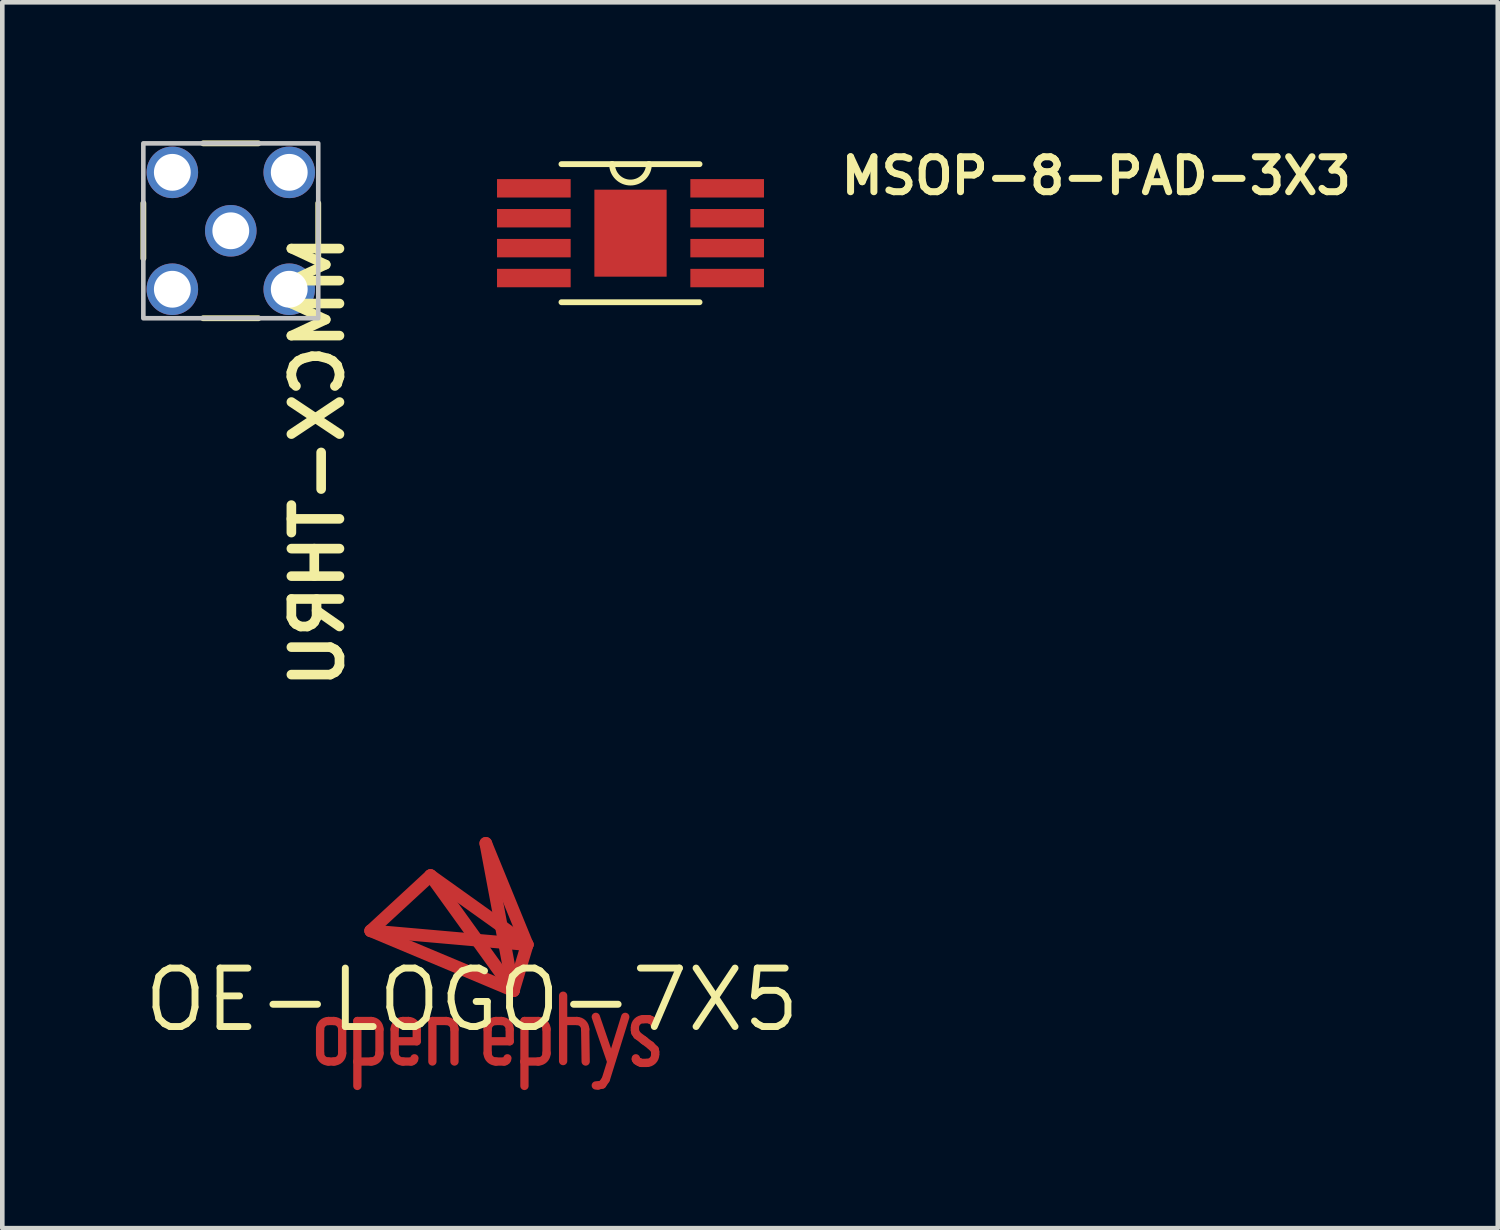
<source format=kicad_pcb>
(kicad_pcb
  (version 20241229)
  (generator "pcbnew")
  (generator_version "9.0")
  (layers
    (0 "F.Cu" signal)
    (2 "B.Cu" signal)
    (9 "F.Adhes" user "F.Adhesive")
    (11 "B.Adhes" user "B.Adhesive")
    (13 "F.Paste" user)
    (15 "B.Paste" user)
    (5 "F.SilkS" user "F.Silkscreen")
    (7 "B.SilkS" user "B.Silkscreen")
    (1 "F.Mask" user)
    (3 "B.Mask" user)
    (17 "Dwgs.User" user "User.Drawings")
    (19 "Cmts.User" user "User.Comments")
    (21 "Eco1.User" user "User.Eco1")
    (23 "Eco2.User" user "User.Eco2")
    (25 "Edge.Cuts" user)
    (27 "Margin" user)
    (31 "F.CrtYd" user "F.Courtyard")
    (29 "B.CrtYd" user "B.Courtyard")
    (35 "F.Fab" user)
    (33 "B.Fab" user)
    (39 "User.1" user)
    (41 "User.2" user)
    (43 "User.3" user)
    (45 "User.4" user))
  (footprint "MMCX-THRU"
    (layer "F.Cu")
    (at 1.964 1.964)
    (property "Reference" "MMCX-THRU" (at 2.5 0 90) (layer "F.SilkS") (effects (font (size 1.045 1.045) (thickness 0.209)) (justify left bottom mirror)))
    (attr through_hole)
    (fp_line (start -1.9 -0.6) (end -1.9 0.6) (stroke (width 0.127) (type solid)) (layer "F.SilkS"))
    (fp_line (start -0.6 -1.9) (end 0.6 -1.9) (stroke (width 0.127) (type solid)) (layer "F.SilkS"))
    (fp_line (start -0.6 1.9) (end 0.6 1.9) (stroke (width 0.127) (type solid)) (layer "F.SilkS"))
    (fp_line (start 1.9 0.7) (end 1.9 -0.6) (stroke (width 0.127) (type solid)) (layer "F.SilkS"))
    (fp_poly (pts (xy -1.9 1.9) (xy 1.9 1.9) (xy 1.9 -1.9) (xy -1.9 -1.9)) (stroke (width 0.1) (type solid)) (fill no) (layer "Dwgs.User"))
    (pad "GND@1" thru_hole circle (at -1.27 -1.27) (size 1.12 1.12) (drill 0.8) (layers "*.Cu" "*.Mask"))
    (pad "GND@2" thru_hole circle (at -1.27 1.27) (size 1.12 1.12) (drill 0.8) (layers "*.Cu" "*.Mask"))
    (pad "GND@3" thru_hole circle (at 1.27 1.27) (size 1.12 1.12) (drill 0.8) (layers "*.Cu" "*.Mask"))
    (pad "GND@4" thru_hole circle (at 1.27 -1.27) (size 1.12 1.12) (drill 0.8) (layers "*.Cu" "*.Mask"))
    (pad "SIG" thru_hole circle (at 0 0) (size 1.12 1.12) (drill 0.8) (layers "*.Cu" "*.Mask")))
  (footprint "OE-LOGO-7X5"
    (layer "F.Cu")
    (at 7.204 18.672)
    (property "Reference" "OE-LOGO-7X5" (at 0 0 0) (layer "F.SilkS") (effects (font (size 1.27 1.27) (thickness 0.15))))
    (attr through_hole)
    (fp_line (start -3.3 0.64) (end -3.3 1.16) (stroke (width 0.18) (type solid)) (layer "F.Cu"))
    (fp_line (start -3.12 1.34) (end -3 1.34) (stroke (width 0.18) (type solid)) (layer "F.Cu"))
    (fp_line (start -3 0.46) (end -3.12 0.46) (stroke (width 0.18) (type solid)) (layer "F.Cu"))
    (fp_line (start -2.82 1.16) (end -2.82 0.64) (stroke (width 0.18) (type solid)) (layer "F.Cu"))
    (fp_line (start -2.49 0.46) (end -2.49 1.34) (stroke (width 0.18) (type solid)) (layer "F.Cu"))
    (fp_line (start -2.49 1.34) (end -2.19 1.34) (stroke (width 0.18) (type solid)) (layer "F.Cu"))
    (fp_line (start -2.49 1.35) (end -2.49 1.87) (stroke (width 0.18) (type solid)) (layer "F.Cu"))
    (fp_line (start -2.2 -1.5) (end -0.9 -2.7) (stroke (width 0.275) (type solid)) (layer "F.Cu"))
    (fp_line (start -2.2 -1.5) (end 1.2 -1.2) (stroke (width 0.275) (type solid)) (layer "F.Cu"))
    (fp_line (start -2.19 0.46) (end -2.49 0.46) (stroke (width 0.18) (type solid)) (layer "F.Cu"))
    (fp_line (start -2.01 1.16) (end -2.01 0.64) (stroke (width 0.18) (type solid)) (layer "F.Cu"))
    (fp_line (start -1.68 0.64) (end -1.68 1.16) (stroke (width 0.18) (type solid)) (layer "F.Cu"))
    (fp_line (start -1.62 0.9) (end -1.2 0.9) (stroke (width 0.18) (type solid)) (layer "F.Cu"))
    (fp_line (start -1.5 1.34) (end -1.32 1.34) (stroke (width 0.18) (type solid)) (layer "F.Cu"))
    (fp_line (start -1.38 0.46) (end -1.5 0.46) (stroke (width 0.18) (type solid)) (layer "F.Cu"))
    (fp_line (start -1.2 0.66) (end -1.2 0.9) (stroke (width 0.18) (type solid)) (layer "F.Cu"))
    (fp_line (start -0.9 -2.7) (end 0.9 -0.2) (stroke (width 0.275) (type solid)) (layer "F.Cu"))
    (fp_line (start -0.86 0.46) (end -0.86 1.34) (stroke (width 0.18) (type solid)) (layer "F.Cu"))
    (fp_line (start -0.56 0.46) (end -0.86 0.46) (stroke (width 0.18) (type solid)) (layer "F.Cu"))
    (fp_line (start -0.38 1.34) (end -0.38 0.64) (stroke (width 0.18) (type solid)) (layer "F.Cu"))
    (fp_line (start 0.3 -3.4) (end 1.2 -1.2) (stroke (width 0.275) (type solid)) (layer "F.Cu"))
    (fp_line (start 0.34 0.64) (end 0.34 1.16) (stroke (width 0.18) (type solid)) (layer "F.Cu"))
    (fp_line (start 0.4 0.9) (end 0.82 0.9) (stroke (width 0.18) (type solid)) (layer "F.Cu"))
    (fp_line (start 0.52 1.34) (end 0.7 1.34) (stroke (width 0.18) (type solid)) (layer "F.Cu"))
    (fp_line (start 0.64 0.46) (end 0.52 0.46) (stroke (width 0.18) (type solid)) (layer "F.Cu"))
    (fp_line (start 0.82 0.66) (end 0.82 0.9) (stroke (width 0.18) (type solid)) (layer "F.Cu"))
    (fp_line (start 0.9 -0.2) (end -2.2 -1.5) (stroke (width 0.275) (type solid)) (layer "F.Cu"))
    (fp_line (start 0.9 -0.2) (end 0.3 -3.4) (stroke (width 0.275) (type solid)) (layer "F.Cu"))
    (fp_line (start 0.9 -0.2) (end 1.2 -1.2) (stroke (width 0.275) (type solid)) (layer "F.Cu"))
    (fp_line (start 1.14 0.46) (end 1.14 1.34) (stroke (width 0.18) (type solid)) (layer "F.Cu"))
    (fp_line (start 1.14 1.34) (end 1.44 1.34) (stroke (width 0.18) (type solid)) (layer "F.Cu"))
    (fp_line (start 1.14 1.35) (end 1.14 1.87) (stroke (width 0.18) (type solid)) (layer "F.Cu"))
    (fp_line (start 1.2 -1.2) (end -0.9 -2.7) (stroke (width 0.275) (type solid)) (layer "F.Cu"))
    (fp_line (start 1.44 0.46) (end 1.14 0.46) (stroke (width 0.18) (type solid)) (layer "F.Cu"))
    (fp_line (start 1.62 1.16) (end 1.62 0.64) (stroke (width 0.18) (type solid)) (layer "F.Cu"))
    (fp_line (start 1.98 1.33) (end 1.98 -0.09) (stroke (width 0.18) (type solid)) (layer "F.Cu"))
    (fp_line (start 2.28 0.46) (end 2.05 0.46) (stroke (width 0.18) (type solid)) (layer "F.Cu"))
    (fp_line (start 2.47 1.34) (end 2.46 0.64) (stroke (width 0.18) (type solid)) (layer "F.Cu"))
    (fp_line (start 2.69 0.37) (end 3.02 1.33) (stroke (width 0.18) (type solid)) (layer "F.Cu"))
    (fp_line (start 2.74 1.86) (end 2.69 1.86) (stroke (width 0.18) (type solid)) (layer "F.Cu"))
    (fp_line (start 2.83 1.84) (end 2.74 1.86) (stroke (width 0.18) (type solid)) (layer "F.Cu"))
    (fp_line (start 2.9 1.74) (end 2.83 1.84) (stroke (width 0.18) (type solid)) (layer "F.Cu"))
    (fp_line (start 3.33 0.37) (end 2.91 1.72) (stroke (width 0.18) (type solid)) (layer "F.Cu"))
    (fp_line (start 3.54 0.61) (end 3.54 0.66) (stroke (width 0.18) (type solid)) (layer "F.Cu"))
    (fp_line (start 3.54 0.66) (end 3.55 0.71) (stroke (width 0.18) (type solid)) (layer "F.Cu"))
    (fp_line (start 3.55 0.71) (end 3.59 0.77) (stroke (width 0.18) (type solid)) (layer "F.Cu"))
    (fp_line (start 3.56 1.29) (end 3.56 1.27) (stroke (width 0.18) (type solid)) (layer "F.Cu"))
    (fp_line (start 3.58 1.32) (end 3.56 1.29) (stroke (width 0.18) (type solid)) (layer "F.Cu"))
    (fp_line (start 3.59 0.77) (end 3.75 0.89) (stroke (width 0.18) (type solid)) (layer "F.Cu"))
    (fp_line (start 3.63 1.35) (end 3.58 1.32) (stroke (width 0.18) (type solid)) (layer "F.Cu"))
    (fp_line (start 3.67 1.37) (end 3.63 1.35) (stroke (width 0.18) (type solid)) (layer "F.Cu"))
    (fp_line (start 3.68 1.37) (end 3.8 1.37) (stroke (width 0.18) (type solid)) (layer "F.Cu"))
    (fp_line (start 3.84 0.42) (end 3.72 0.42) (stroke (width 0.18) (type solid)) (layer "F.Cu"))
    (fp_line (start 3.85 0.42) (end 3.89 0.44) (stroke (width 0.18) (type solid)) (layer "F.Cu"))
    (fp_line (start 3.88 0.99) (end 3.72 0.87) (stroke (width 0.18) (type solid)) (layer "F.Cu"))
    (fp_line (start 3.89 0.44) (end 3.94 0.47) (stroke (width 0.18) (type solid)) (layer "F.Cu"))
    (fp_line (start 3.94 0.47) (end 3.96 0.5) (stroke (width 0.18) (type solid)) (layer "F.Cu"))
    (fp_line (start 3.96 0.5) (end 3.96 0.52) (stroke (width 0.18) (type solid)) (layer "F.Cu"))
    (fp_line (start 3.97 1.08) (end 3.88 0.99) (stroke (width 0.18) (type solid)) (layer "F.Cu"))
    (fp_line (start 3.98 1.13) (end 3.97 1.08) (stroke (width 0.18) (type solid)) (layer "F.Cu"))
    (fp_line (start 3.98 1.18) (end 3.98 1.13) (stroke (width 0.18) (type solid)) (layer "F.Cu"))
    (fp_arc (start -3.3 0.64) (mid -3.247279 0.512721) (end -3.12 0.46) (stroke (width 0.18) (type solid)) (layer "F.Cu"))
    (fp_arc (start -3.12 1.34) (mid -3.247279 1.287279) (end -3.3 1.16) (stroke (width 0.18) (type solid)) (layer "F.Cu"))
    (fp_arc (start -3 0.46) (mid -2.872721 0.512721) (end -2.82 0.64) (stroke (width 0.18) (type solid)) (layer "F.Cu"))
    (fp_arc (start -2.82 1.16) (mid -2.872721 1.287279) (end -3 1.34) (stroke (width 0.18) (type solid)) (layer "F.Cu"))
    (fp_arc (start -2.19 0.46) (mid -2.062721 0.512721) (end -2.01 0.64) (stroke (width 0.18) (type solid)) (layer "F.Cu"))
    (fp_arc (start -2.01 1.16) (mid -2.062721 1.287279) (end -2.19 1.34) (stroke (width 0.18) (type solid)) (layer "F.Cu"))
    (fp_arc (start -1.68 0.64) (mid -1.627279 0.512721) (end -1.5 0.46) (stroke (width 0.18) (type solid)) (layer "F.Cu"))
    (fp_arc (start -1.5 1.34) (mid -1.627279 1.287279) (end -1.68 1.16) (stroke (width 0.18) (type solid)) (layer "F.Cu"))
    (fp_arc (start -1.38 0.46) (mid -1.252721 0.512721) (end -1.2 0.64) (stroke (width 0.18) (type solid)) (layer "F.Cu"))
    (fp_arc (start -1.25 1.27) (mid -1.270503 1.319497) (end -1.32 1.34) (stroke (width 0.18) (type solid)) (layer "F.Cu"))
    (fp_arc (start -0.56 0.46) (mid -0.432721 0.512721) (end -0.38 0.64) (stroke (width 0.18) (type solid)) (layer "F.Cu"))
    (fp_arc (start 0.34 0.64) (mid 0.392721 0.512721) (end 0.52 0.46) (stroke (width 0.18) (type solid)) (layer "F.Cu"))
    (fp_arc (start 0.52 1.34) (mid 0.392721 1.287279) (end 0.34 1.16) (stroke (width 0.18) (type solid)) (layer "F.Cu"))
    (fp_arc (start 0.64 0.46) (mid 0.767279 0.512721) (end 0.82 0.64) (stroke (width 0.18) (type solid)) (layer "F.Cu"))
    (fp_arc (start 0.77 1.27) (mid 0.749497 1.319497) (end 0.7 1.34) (stroke (width 0.18) (type solid)) (layer "F.Cu"))
    (fp_arc (start 1.44 0.46) (mid 1.567279 0.512721) (end 1.62 0.64) (stroke (width 0.18) (type solid)) (layer "F.Cu"))
    (fp_arc (start 1.62 1.16) (mid 1.567279 1.287279) (end 1.44 1.34) (stroke (width 0.18) (type solid)) (layer "F.Cu"))
    (fp_arc (start 2.28 0.46) (mid 2.407279 0.512721) (end 2.46 0.64) (stroke (width 0.18) (type solid)) (layer "F.Cu"))
    (fp_arc (start 3.54 0.6) (mid 3.592721 0.472721) (end 3.72 0.42) (stroke (width 0.18) (type solid)) (layer "F.Cu"))
    (fp_arc (start 3.98 1.19) (mid 3.927279 1.317279) (end 3.8 1.37) (stroke (width 0.18) (type solid)) (layer "F.Cu"))
    (fp_line (start -3.3 0.64) (end -3.3 1.16) (stroke (width 0.18) (type solid)) (layer "F.Mask"))
    (fp_line (start -3.12 1.34) (end -3 1.34) (stroke (width 0.18) (type solid)) (layer "F.Mask"))
    (fp_line (start -3 0.46) (end -3.12 0.46) (stroke (width 0.18) (type solid)) (layer "F.Mask"))
    (fp_line (start -2.82 1.16) (end -2.82 0.64) (stroke (width 0.18) (type solid)) (layer "F.Mask"))
    (fp_line (start -2.49 0.46) (end -2.49 1.34) (stroke (width 0.18) (type solid)) (layer "F.Mask"))
    (fp_line (start -2.49 1.34) (end -2.19 1.34) (stroke (width 0.18) (type solid)) (layer "F.Mask"))
    (fp_line (start -2.49 1.35) (end -2.49 1.87) (stroke (width 0.18) (type solid)) (layer "F.Mask"))
    (fp_line (start -2.2 -1.5) (end -0.9 -2.7) (stroke (width 0.275) (type solid)) (layer "F.Mask"))
    (fp_line (start -2.2 -1.5) (end 1.2 -1.2) (stroke (width 0.275) (type solid)) (layer "F.Mask"))
    (fp_line (start -2.19 0.46) (end -2.49 0.46) (stroke (width 0.18) (type solid)) (layer "F.Mask"))
    (fp_line (start -2.01 1.16) (end -2.01 0.64) (stroke (width 0.18) (type solid)) (layer "F.Mask"))
    (fp_line (start -1.68 0.64) (end -1.68 1.16) (stroke (width 0.18) (type solid)) (layer "F.Mask"))
    (fp_line (start -1.62 0.9) (end -1.2 0.9) (stroke (width 0.18) (type solid)) (layer "F.Mask"))
    (fp_line (start -1.5 1.34) (end -1.32 1.34) (stroke (width 0.18) (type solid)) (layer "F.Mask"))
    (fp_line (start -1.38 0.46) (end -1.5 0.46) (stroke (width 0.18) (type solid)) (layer "F.Mask"))
    (fp_line (start -1.2 0.66) (end -1.2 0.9) (stroke (width 0.18) (type solid)) (layer "F.Mask"))
    (fp_line (start -0.9 -2.7) (end 0.9 -0.2) (stroke (width 0.275) (type solid)) (layer "F.Mask"))
    (fp_line (start -0.86 0.46) (end -0.86 1.34) (stroke (width 0.18) (type solid)) (layer "F.Mask"))
    (fp_line (start -0.56 0.46) (end -0.86 0.46) (stroke (width 0.18) (type solid)) (layer "F.Mask"))
    (fp_line (start -0.38 1.34) (end -0.38 0.64) (stroke (width 0.18) (type solid)) (layer "F.Mask"))
    (fp_line (start 0.3 -3.4) (end 1.2 -1.2) (stroke (width 0.275) (type solid)) (layer "F.Mask"))
    (fp_line (start 0.34 0.64) (end 0.34 1.16) (stroke (width 0.18) (type solid)) (layer "F.Mask"))
    (fp_line (start 0.4 0.9) (end 0.82 0.9) (stroke (width 0.18) (type solid)) (layer "F.Mask"))
    (fp_line (start 0.52 1.34) (end 0.7 1.34) (stroke (width 0.18) (type solid)) (layer "F.Mask"))
    (fp_line (start 0.64 0.46) (end 0.52 0.46) (stroke (width 0.18) (type solid)) (layer "F.Mask"))
    (fp_line (start 0.82 0.66) (end 0.82 0.9) (stroke (width 0.18) (type solid)) (layer "F.Mask"))
    (fp_line (start 0.9 -0.2) (end -2.2 -1.5) (stroke (width 0.275) (type solid)) (layer "F.Mask"))
    (fp_line (start 0.9 -0.2) (end 0.3 -3.4) (stroke (width 0.275) (type solid)) (layer "F.Mask"))
    (fp_line (start 0.9 -0.2) (end 1.2 -1.2) (stroke (width 0.275) (type solid)) (layer "F.Mask"))
    (fp_line (start 1.14 0.46) (end 1.14 1.34) (stroke (width 0.18) (type solid)) (layer "F.Mask"))
    (fp_line (start 1.14 1.34) (end 1.44 1.34) (stroke (width 0.18) (type solid)) (layer "F.Mask"))
    (fp_line (start 1.14 1.35) (end 1.14 1.87) (stroke (width 0.18) (type solid)) (layer "F.Mask"))
    (fp_line (start 1.2 -1.2) (end -0.9 -2.7) (stroke (width 0.275) (type solid)) (layer "F.Mask"))
    (fp_line (start 1.44 0.46) (end 1.14 0.46) (stroke (width 0.18) (type solid)) (layer "F.Mask"))
    (fp_line (start 1.62 1.16) (end 1.62 0.64) (stroke (width 0.18) (type solid)) (layer "F.Mask"))
    (fp_line (start 1.98 1.33) (end 1.98 -0.09) (stroke (width 0.18) (type solid)) (layer "F.Mask"))
    (fp_line (start 2.28 0.46) (end 2.05 0.46) (stroke (width 0.18) (type solid)) (layer "F.Mask"))
    (fp_line (start 2.47 1.34) (end 2.46 0.64) (stroke (width 0.18) (type solid)) (layer "F.Mask"))
    (fp_line (start 2.69 0.37) (end 3.02 1.33) (stroke (width 0.18) (type solid)) (layer "F.Mask"))
    (fp_line (start 2.74 1.86) (end 2.69 1.86) (stroke (width 0.18) (type solid)) (layer "F.Mask"))
    (fp_line (start 2.83 1.84) (end 2.74 1.86) (stroke (width 0.18) (type solid)) (layer "F.Mask"))
    (fp_line (start 2.9 1.74) (end 2.83 1.84) (stroke (width 0.18) (type solid)) (layer "F.Mask"))
    (fp_line (start 3.33 0.37) (end 2.91 1.72) (stroke (width 0.18) (type solid)) (layer "F.Mask"))
    (fp_line (start 3.54 0.61) (end 3.54 0.66) (stroke (width 0.18) (type solid)) (layer "F.Mask"))
    (fp_line (start 3.54 0.66) (end 3.55 0.71) (stroke (width 0.18) (type solid)) (layer "F.Mask"))
    (fp_line (start 3.55 0.71) (end 3.59 0.77) (stroke (width 0.18) (type solid)) (layer "F.Mask"))
    (fp_line (start 3.56 1.29) (end 3.56 1.27) (stroke (width 0.18) (type solid)) (layer "F.Mask"))
    (fp_line (start 3.58 1.32) (end 3.56 1.29) (stroke (width 0.18) (type solid)) (layer "F.Mask"))
    (fp_line (start 3.59 0.77) (end 3.75 0.89) (stroke (width 0.18) (type solid)) (layer "F.Mask"))
    (fp_line (start 3.63 1.35) (end 3.58 1.32) (stroke (width 0.18) (type solid)) (layer "F.Mask"))
    (fp_line (start 3.67 1.37) (end 3.63 1.35) (stroke (width 0.18) (type solid)) (layer "F.Mask"))
    (fp_line (start 3.68 1.37) (end 3.8 1.37) (stroke (width 0.18) (type solid)) (layer "F.Mask"))
    (fp_line (start 3.84 0.42) (end 3.72 0.42) (stroke (width 0.18) (type solid)) (layer "F.Mask"))
    (fp_line (start 3.85 0.42) (end 3.89 0.44) (stroke (width 0.18) (type solid)) (layer "F.Mask"))
    (fp_line (start 3.88 0.99) (end 3.72 0.87) (stroke (width 0.18) (type solid)) (layer "F.Mask"))
    (fp_line (start 3.89 0.44) (end 3.94 0.47) (stroke (width 0.18) (type solid)) (layer "F.Mask"))
    (fp_line (start 3.94 0.47) (end 3.96 0.5) (stroke (width 0.18) (type solid)) (layer "F.Mask"))
    (fp_line (start 3.96 0.5) (end 3.96 0.52) (stroke (width 0.18) (type solid)) (layer "F.Mask"))
    (fp_line (start 3.97 1.08) (end 3.88 0.99) (stroke (width 0.18) (type solid)) (layer "F.Mask"))
    (fp_line (start 3.98 1.13) (end 3.97 1.08) (stroke (width 0.18) (type solid)) (layer "F.Mask"))
    (fp_line (start 3.98 1.18) (end 3.98 1.13) (stroke (width 0.18) (type solid)) (layer "F.Mask"))
    (fp_arc (start -3.3 0.64) (mid -3.247279 0.512721) (end -3.12 0.46) (stroke (width 0.18) (type solid)) (layer "F.Mask"))
    (fp_arc (start -3.12 1.34) (mid -3.247279 1.287279) (end -3.3 1.16) (stroke (width 0.18) (type solid)) (layer "F.Mask"))
    (fp_arc (start -3 0.46) (mid -2.872721 0.512721) (end -2.82 0.64) (stroke (width 0.18) (type solid)) (layer "F.Mask"))
    (fp_arc (start -2.82 1.16) (mid -2.872721 1.287279) (end -3 1.34) (stroke (width 0.18) (type solid)) (layer "F.Mask"))
    (fp_arc (start -2.19 0.46) (mid -2.062721 0.512721) (end -2.01 0.64) (stroke (width 0.18) (type solid)) (layer "F.Mask"))
    (fp_arc (start -2.01 1.16) (mid -2.062721 1.287279) (end -2.19 1.34) (stroke (width 0.18) (type solid)) (layer "F.Mask"))
    (fp_arc (start -1.68 0.64) (mid -1.627279 0.512721) (end -1.5 0.46) (stroke (width 0.18) (type solid)) (layer "F.Mask"))
    (fp_arc (start -1.5 1.34) (mid -1.627279 1.287279) (end -1.68 1.16) (stroke (width 0.18) (type solid)) (layer "F.Mask"))
    (fp_arc (start -1.38 0.46) (mid -1.252721 0.512721) (end -1.2 0.64) (stroke (width 0.18) (type solid)) (layer "F.Mask"))
    (fp_arc (start -1.25 1.27) (mid -1.270503 1.319497) (end -1.32 1.34) (stroke (width 0.18) (type solid)) (layer "F.Mask"))
    (fp_arc (start -0.56 0.46) (mid -0.432721 0.512721) (end -0.38 0.64) (stroke (width 0.18) (type solid)) (layer "F.Mask"))
    (fp_arc (start 0.34 0.64) (mid 0.392721 0.512721) (end 0.52 0.46) (stroke (width 0.18) (type solid)) (layer "F.Mask"))
    (fp_arc (start 0.52 1.34) (mid 0.392721 1.287279) (end 0.34 1.16) (stroke (width 0.18) (type solid)) (layer "F.Mask"))
    (fp_arc (start 0.64 0.46) (mid 0.767279 0.512721) (end 0.82 0.64) (stroke (width 0.18) (type solid)) (layer "F.Mask"))
    (fp_arc (start 0.77 1.27) (mid 0.749497 1.319497) (end 0.7 1.34) (stroke (width 0.18) (type solid)) (layer "F.Mask"))
    (fp_arc (start 1.44 0.46) (mid 1.567279 0.512721) (end 1.62 0.64) (stroke (width 0.18) (type solid)) (layer "F.Mask"))
    (fp_arc (start 1.62 1.16) (mid 1.567279 1.287279) (end 1.44 1.34) (stroke (width 0.18) (type solid)) (layer "F.Mask"))
    (fp_arc (start 2.28 0.46) (mid 2.407279 0.512721) (end 2.46 0.64) (stroke (width 0.18) (type solid)) (layer "F.Mask"))
    (fp_arc (start 3.54 0.6) (mid 3.592721 0.472721) (end 3.72 0.42) (stroke (width 0.18) (type solid)) (layer "F.Mask"))
    (fp_arc (start 3.98 1.19) (mid 3.927279 1.317279) (end 3.8 1.37) (stroke (width 0.18) (type solid)) (layer "F.Mask")))
  (footprint "MSOP-8-PAD-3X3"
    (layer "F.Cu")
    (at 10.648 2.016)
    (property "Reference" "MSOP-8-PAD-3X3" (at 4.5 -0.8 180) (layer "F.SilkS") (effects (font (size 0.76 0.76) (thickness 0.152)) (justify left bottom)))
    (attr through_hole)
    (fp_line (start -1.5 -1.5) (end -0.4 -1.5) (stroke (width 0.127) (type solid)) (layer "F.SilkS"))
    (fp_line (start -1.5 1.5) (end 1.5 1.5) (stroke (width 0.127) (type solid)) (layer "F.SilkS"))
    (fp_line (start -0.4 -1.5) (end 0.4 -1.5) (stroke (width 0.127) (type solid)) (layer "F.SilkS"))
    (fp_line (start 0.4 -1.5) (end 1.5 -1.5) (stroke (width 0.127) (type solid)) (layer "F.SilkS"))
    (fp_arc (start 0.4 -1.5) (mid 0 -1.1) (end -0.4 -1.5) (stroke (width 0.127) (type solid)) (layer "F.SilkS"))
    (pad "1" smd rect (at -2.1 -0.975 90) (size 0.4 1.6) (layers "F.Cu" "F.Mask" "F.Paste"))
    (pad "2" smd rect (at -2.1 -0.325 90) (size 0.4 1.6) (layers "F.Cu" "F.Mask" "F.Paste"))
    (pad "3" smd rect (at -2.1 0.325 90) (size 0.4 1.6) (layers "F.Cu" "F.Mask" "F.Paste"))
    (pad "4" smd rect (at -2.1 0.975 90) (size 0.4 1.6) (layers "F.Cu" "F.Mask" "F.Paste"))
    (pad "5" smd rect (at 2.1 0.325 270) (size 0.4 1.6) (layers "F.Cu" "F.Mask" "F.Paste"))
    (pad "6" smd rect (at 2.1 0.975 270) (size 0.4 1.6) (layers "F.Cu" "F.Mask" "F.Paste"))
    (pad "7" smd rect (at 2.1 -0.325 270) (size 0.4 1.6) (layers "F.Cu" "F.Mask" "F.Paste"))
    (pad "8" smd rect (at 2.1 -0.975 270) (size 0.4 1.6) (layers "F.Cu" "F.Mask" "F.Paste"))
    (pad "PAD" smd rect (at 0 0) (size 1.57 1.89) (layers "F.Cu" "F.Mask" "F.Paste")))
  (gr_rect
    (start -3 -3)
    (end 29.49 23.632)
    (stroke (width 0.1) (type default))
    (fill no)
    (layer "Edge.Cuts")))
</source>
